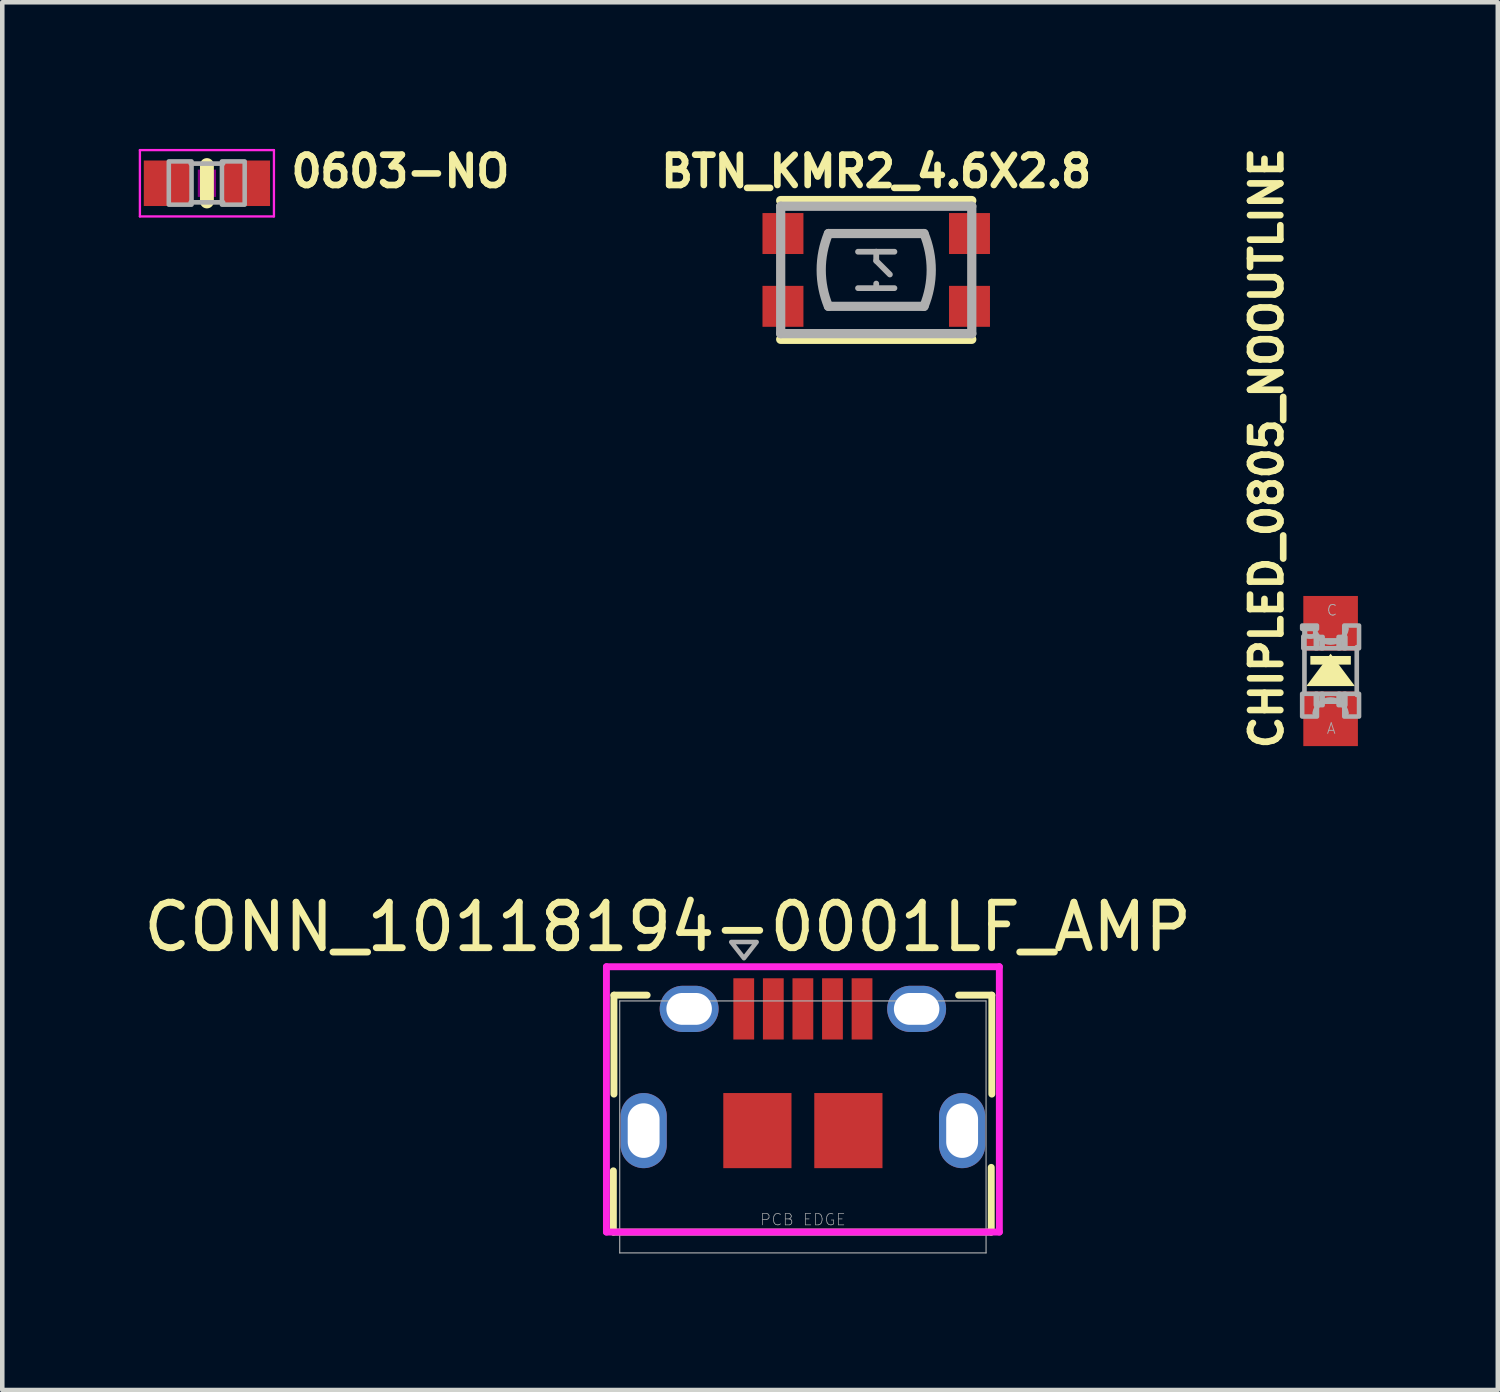
<source format=kicad_pcb>
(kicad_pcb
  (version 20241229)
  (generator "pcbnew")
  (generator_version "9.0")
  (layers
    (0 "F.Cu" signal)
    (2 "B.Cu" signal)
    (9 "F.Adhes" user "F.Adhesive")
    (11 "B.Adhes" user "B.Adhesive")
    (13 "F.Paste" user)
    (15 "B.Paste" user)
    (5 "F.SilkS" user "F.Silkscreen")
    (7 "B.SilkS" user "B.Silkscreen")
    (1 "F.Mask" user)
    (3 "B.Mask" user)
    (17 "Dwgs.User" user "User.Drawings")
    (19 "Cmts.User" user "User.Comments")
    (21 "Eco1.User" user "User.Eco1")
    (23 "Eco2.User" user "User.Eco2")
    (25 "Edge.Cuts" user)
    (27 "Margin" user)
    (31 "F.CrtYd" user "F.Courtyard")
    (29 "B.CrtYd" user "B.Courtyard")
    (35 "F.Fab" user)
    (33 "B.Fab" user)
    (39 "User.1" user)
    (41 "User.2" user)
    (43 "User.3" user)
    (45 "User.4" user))
  (footprint "CONN_10118194-0001LF_AMP"
    (layer "F.Cu")
    (at 14.597 21.719)
    (property "Reference" "CONN_10118194-0001LF_AMP" (at -2.972 -4.394 0) (unlocked yes) (layer "F.SilkS") (effects (font (size 1 1) (thickness 0.15))))
    (attr smd)
    (fp_line (start -4.166 0.965) (end -4.166 2.311) (stroke (width 0.152) (type solid)) (layer "F.SilkS"))
    (fp_line (start -4.166 2.311) (end 4.14 2.311) (stroke (width 0.152) (type solid)) (layer "F.SilkS"))
    (fp_line (start -4.153 -2.896) (end -4.153 -0.721) (stroke (width 0.152) (type solid)) (layer "F.SilkS"))
    (fp_line (start -3.423 -2.896) (end -4.153 -2.896) (stroke (width 0.152) (type solid)) (layer "F.SilkS"))
    (fp_line (start 4.14 2.311) (end 4.14 0.889) (stroke (width 0.152) (type solid)) (layer "F.SilkS"))
    (fp_line (start 4.153 -2.896) (end 3.423 -2.896) (stroke (width 0.152) (type solid)) (layer "F.SilkS"))
    (fp_line (start 4.153 -0.721) (end 4.153 -2.896) (stroke (width 0.152) (type solid)) (layer "F.SilkS"))
    (fp_line (start -4.318 -3.521) (end -4.318 2.311) (stroke (width 0.152) (type solid)) (layer "F.CrtYd"))
    (fp_line (start -4.318 2.311) (end 4.318 2.311) (stroke (width 0.152) (type solid)) (layer "F.CrtYd"))
    (fp_line (start 4.318 -3.521) (end -4.318 -3.521) (stroke (width 0.152) (type solid)) (layer "F.CrtYd"))
    (fp_line (start 4.318 2.311) (end 4.318 -3.521) (stroke (width 0.152) (type solid)) (layer "F.CrtYd"))
    (fp_line (start -4.026 -2.769) (end -4.026 2.769) (stroke (width 0.025) (type solid)) (layer "F.Fab"))
    (fp_line (start -4.026 2.769) (end 4.026 2.769) (stroke (width 0.025) (type solid)) (layer "F.Fab"))
    (fp_line (start 4.026 -2.769) (end -4.026 -2.769) (stroke (width 0.025) (type solid)) (layer "F.Fab"))
    (fp_line (start 4.026 2.769) (end 4.026 -2.769) (stroke (width 0.025) (type solid)) (layer "F.Fab"))
    (fp_poly (pts (xy -1.295 -3.708) (xy -1.575 -4.064) (xy -1.016 -4.064)) (stroke (width 0.1) (type solid)) (fill no) (layer "F.Fab"))
    (fp_text user "PCB EDGE" (at 0 2.184 0) (unlocked yes) (layer "F.Fab") (effects (font (size 0.25 0.25) (thickness 0.015)) (justify bottom)))
    (pad "1" smd rect (at -1.3 -2.594) (size 0.457 1.346) (layers "F.Cu" "F.Mask" "F.Paste"))
    (pad "2" smd rect (at -0.65 -2.594) (size 0.457 1.346) (layers "F.Cu" "F.Mask" "F.Paste"))
    (pad "3" smd rect (at 0 -2.594) (size 0.457 1.346) (layers "F.Cu" "F.Mask" "F.Paste"))
    (pad "4" smd rect (at 0.65 -2.594) (size 0.457 1.346) (layers "F.Cu" "F.Mask" "F.Paste"))
    (pad "5" smd rect (at 1.3 -2.594) (size 0.457 1.346) (layers "F.Cu" "F.Mask" "F.Paste"))
    (pad "6" thru_hole oval (at -2.5 -2.594) (size 1.295 1.016) (drill oval 1 0.7) (layers "*.Cu" "*.Mask"))
    (pad "7" thru_hole oval (at 2.5 -2.594) (size 1.295 1.016) (drill oval 1 0.7) (layers "*.Cu" "*.Mask"))
    (pad "8" thru_hole oval (at 3.5 0.081 90) (size 1.651 1.016) (drill oval 1.2 0.7) (layers "*.Cu" "*.Mask"))
    (pad "9" thru_hole oval (at -3.5 0.081 90) (size 1.651 1.016) (drill oval 1.2 0.7) (layers "*.Cu" "*.Mask"))
    (pad "10" smd rect (at -1 0.081) (size 1.499 1.651) (layers "F.Cu" "F.Mask" "F.Paste"))
    (pad "11" smd rect (at 1 0.081) (size 1.499 1.651) (layers "F.Cu" "F.Mask" "F.Paste")))
  (footprint "0603-NO"
    (layer "F.Cu")
    (at 1.498 0.978)
    (property "Reference" "0603-NO" (at 1.778 0.127 0) (layer "F.SilkS") (effects (font (size 0.666 0.666) (thickness 0.146)) (justify left bottom)))
    (attr smd)
    (fp_line (start 0 -0.4) (end 0 0.4) (stroke (width 0.305) (type solid)) (layer "F.SilkS"))
    (fp_poly (pts (xy -0.2 0.3) (xy 0.2 0.3) (xy 0.2 -0.3) (xy -0.2 -0.3)) (stroke (width 0) (type default)) (fill yes) (layer "F.Adhes"))
    (fp_line (start -1.473 -0.729) (end 1.473 -0.729) (stroke (width 0.051) (type solid)) (layer "F.CrtYd"))
    (fp_line (start -1.473 0.729) (end -1.473 -0.729) (stroke (width 0.051) (type solid)) (layer "F.CrtYd"))
    (fp_line (start 1.473 -0.729) (end 1.473 0.729) (stroke (width 0.051) (type solid)) (layer "F.CrtYd"))
    (fp_line (start 1.473 0.729) (end -1.473 0.729) (stroke (width 0.051) (type solid)) (layer "F.CrtYd"))
    (fp_line (start -0.356 -0.432) (end 0.356 -0.432) (stroke (width 0.102) (type solid)) (layer "F.Fab"))
    (fp_line (start -0.356 0.419) (end 0.356 0.419) (stroke (width 0.102) (type solid)) (layer "F.Fab"))
    (fp_poly (pts (xy -0.838 0.47) (xy -0.338 0.47) (xy -0.338 -0.48) (xy -0.838 -0.48)) (stroke (width 0.1) (type default)) (fill no) (layer "F.Fab"))
    (fp_poly (pts (xy 0.33 0.47) (xy 0.83 0.47) (xy 0.83 -0.48) (xy 0.33 -0.48)) (stroke (width 0.1) (type default)) (fill no) (layer "F.Fab"))
    (pad "1" smd rect (at -0.85 0) (size 1.075 1) (layers "F.Cu" "F.Mask" "F.Paste"))
    (pad "2" smd rect (at 0.85 0) (size 1.075 1) (layers "F.Cu" "F.Mask" "F.Paste")))
  (footprint "CHIPLED_0805_NOOUTLINE"
    (layer "F.Cu")
    (at 26.196 11.699)
    (property "Reference" "CHIPLED_0805_NOOUTLINE" (at -1.016 1.778 90) (layer "F.SilkS") (effects (font (size 0.666 0.666) (thickness 0.146)) (justify left bottom)))
    (attr smd)
    (fp_poly (pts (xy 0.533 0.33) (xy -0.533 0.33) (xy 0 -0.381)) (stroke (width 0) (type default)) (fill yes) (layer "F.SilkS"))
    (fp_poly (pts (xy -0.445 -0.141) (xy 0.445 -0.141) (xy 0.445 -0.331) (xy -0.445 -0.331)) (stroke (width 0) (type default)) (fill yes) (layer "F.SilkS"))
    (fp_line (start -0.575 0.5) (end -0.575 -0.925) (stroke (width 0.102) (type solid)) (layer "F.Fab"))
    (fp_line (start 0.575 -0.525) (end 0.575 0.525) (stroke (width 0.102) (type solid)) (layer "F.Fab"))
    (fp_arc (start -0.35 0.925) (mid -0.000001 0.625027) (end 0.35 0.924998) (stroke (width 0.1016) (type solid)) (layer "F.Fab"))
    (fp_arc (start 0.35 -0.924998) (mid -0.000001 -0.625027) (end -0.35 -0.925) (stroke (width 0.1016) (type solid)) (layer "F.Fab"))
    (fp_circle (center -0.45 -0.85) (end -0.347 -0.85) (stroke (width 0.076) (type solid)) (fill no) (layer "F.Fab"))
    (fp_poly (pts (xy -0.625 -0.925) (xy -0.3 -0.925) (xy -0.3 -1) (xy -0.625 -1)) (stroke (width 0.1) (type default)) (fill no) (layer "F.Fab"))
    (fp_poly (pts (xy -0.625 1) (xy -0.3 1) (xy -0.3 0.5) (xy -0.625 0.5)) (stroke (width 0.1) (type default)) (fill no) (layer "F.Fab"))
    (fp_poly (pts (xy -0.6 -0.5) (xy -0.3 -0.5) (xy -0.3 -0.762) (xy -0.6 -0.762)) (stroke (width 0.1) (type default)) (fill no) (layer "F.Fab"))
    (fp_poly (pts (xy -0.325 -0.5) (xy -0.175 -0.5) (xy -0.175 -0.75) (xy -0.325 -0.75)) (stroke (width 0.1) (type default)) (fill no) (layer "F.Fab"))
    (fp_poly (pts (xy -0.325 0.75) (xy -0.175 0.75) (xy -0.175 0.5) (xy -0.325 0.5)) (stroke (width 0.1) (type default)) (fill no) (layer "F.Fab"))
    (fp_poly (pts (xy -0.2 -0.5) (xy 0.2 -0.5) (xy 0.2 -0.675) (xy -0.2 -0.675)) (stroke (width 0.1) (type default)) (fill no) (layer "F.Fab"))
    (fp_poly (pts (xy -0.2 0.675) (xy 0.2 0.675) (xy 0.2 0.5) (xy -0.2 0.5)) (stroke (width 0.1) (type default)) (fill no) (layer "F.Fab"))
    (fp_poly (pts (xy 0.175 -0.5) (xy 0.325 -0.5) (xy 0.325 -0.75) (xy 0.175 -0.75)) (stroke (width 0.1) (type default)) (fill no) (layer "F.Fab"))
    (fp_poly (pts (xy 0.175 0.75) (xy 0.325 0.75) (xy 0.325 0.5) (xy 0.175 0.5)) (stroke (width 0.1) (type default)) (fill no) (layer "F.Fab"))
    (fp_poly (pts (xy 0.3 -0.5) (xy 0.625 -0.5) (xy 0.625 -1) (xy 0.3 -1)) (stroke (width 0.1) (type default)) (fill no) (layer "F.Fab"))
    (fp_poly (pts (xy 0.3 1) (xy 0.625 1) (xy 0.625 0.5) (xy 0.3 0.5)) (stroke (width 0.1) (type default)) (fill no) (layer "F.Fab"))
    (fp_text user "A" (at -0.1 1.4 0) (layer "F.Fab") (effects (font (size 0.234 0.234) (thickness 0.02)) (justify left bottom)))
    (fp_text user "C" (at -0.1 -1.2 0) (layer "F.Fab") (effects (font (size 0.234 0.234) (thickness 0.02)) (justify left bottom)))
    (pad "1" smd rect (at 0 -1.05) (size 1.2 1.2) (layers "F.Cu" "F.Mask" "F.Paste"))
    (pad "2" smd rect (at 0 1.05) (size 1.2 1.2) (layers "F.Cu" "F.Mask" "F.Paste")))
  (footprint "BTN_KMR2_4.6X2.8"
    (layer "F.Cu")
    (at 16.209 2.883)
    (property "Reference" "BTN_KMR2_4.6X2.8" (at 0 -1.778 0) (layer "F.SilkS") (effects (font (size 0.666 0.666) (thickness 0.146)) (justify bottom)))
    (attr smd)
    (fp_line (start -2.1 -1.525) (end 2.1 -1.525) (stroke (width 0.203) (type solid)) (layer "F.SilkS"))
    (fp_line (start 2.1 1.525) (end -2.1 1.525) (stroke (width 0.203) (type solid)) (layer "F.SilkS"))
    (fp_line (start -2.1 -1.4) (end 2.1 -1.4) (stroke (width 0.203) (type solid)) (layer "F.Fab"))
    (fp_line (start -2.1 1.4) (end -2.1 -1.4) (stroke (width 0.203) (type solid)) (layer "F.Fab"))
    (fp_line (start -1.05 -0.8) (end 1.05 -0.8) (stroke (width 0.203) (type solid)) (layer "F.Fab"))
    (fp_line (start -0.4 -0.4) (end 0 -0.4) (stroke (width 0.127) (type solid)) (layer "F.Fab"))
    (fp_line (start -0.4 0.4) (end 0 0.4) (stroke (width 0.127) (type solid)) (layer "F.Fab"))
    (fp_line (start 0 -0.4) (end 0 -0.2) (stroke (width 0.127) (type solid)) (layer "F.Fab"))
    (fp_line (start 0 -0.4) (end 0.4 -0.4) (stroke (width 0.127) (type solid)) (layer "F.Fab"))
    (fp_line (start 0 -0.2) (end 0.3 0.1) (stroke (width 0.127) (type solid)) (layer "F.Fab"))
    (fp_line (start 0 0.4) (end 0 0.3) (stroke (width 0.127) (type solid)) (layer "F.Fab"))
    (fp_line (start 0 0.4) (end 0.4 0.4) (stroke (width 0.127) (type solid)) (layer "F.Fab"))
    (fp_line (start 1.05 0.8) (end -1.05 0.8) (stroke (width 0.203) (type solid)) (layer "F.Fab"))
    (fp_line (start 2.1 -1.4) (end 2.1 1.4) (stroke (width 0.203) (type solid)) (layer "F.Fab"))
    (fp_line (start 2.1 1.4) (end -2.1 1.4) (stroke (width 0.203) (type solid)) (layer "F.Fab"))
    (fp_arc (start -1.05 0.8) (mid -1.209128 0) (end -1.05 -0.799999) (stroke (width 0.2032) (type solid)) (layer "F.Fab"))
    (fp_arc (start 1.05 -0.8) (mid 1.209128 0) (end 1.05 0.799999) (stroke (width 0.2032) (type solid)) (layer "F.Fab"))
    (pad "A" smd rect (at 2.05 -0.8) (size 0.9 0.9) (layers "F.Cu" "F.Mask" "F.Paste"))
    (pad "A'" smd rect (at -2.05 -0.8) (size 0.9 0.9) (layers "F.Cu" "F.Mask" "F.Paste"))
    (pad "B" smd rect (at 2.05 0.8) (size 0.9 0.9) (layers "F.Cu" "F.Mask" "F.Paste"))
    (pad "B'" smd rect (at -2.05 0.8) (size 0.9 0.9) (layers "F.Cu" "F.Mask" "F.Paste")))
  (gr_rect
    (start -3 -3)
    (end 29.871 27.501)
    (stroke (width 0.1) (type default))
    (fill no)
    (layer "Edge.Cuts")))
</source>
